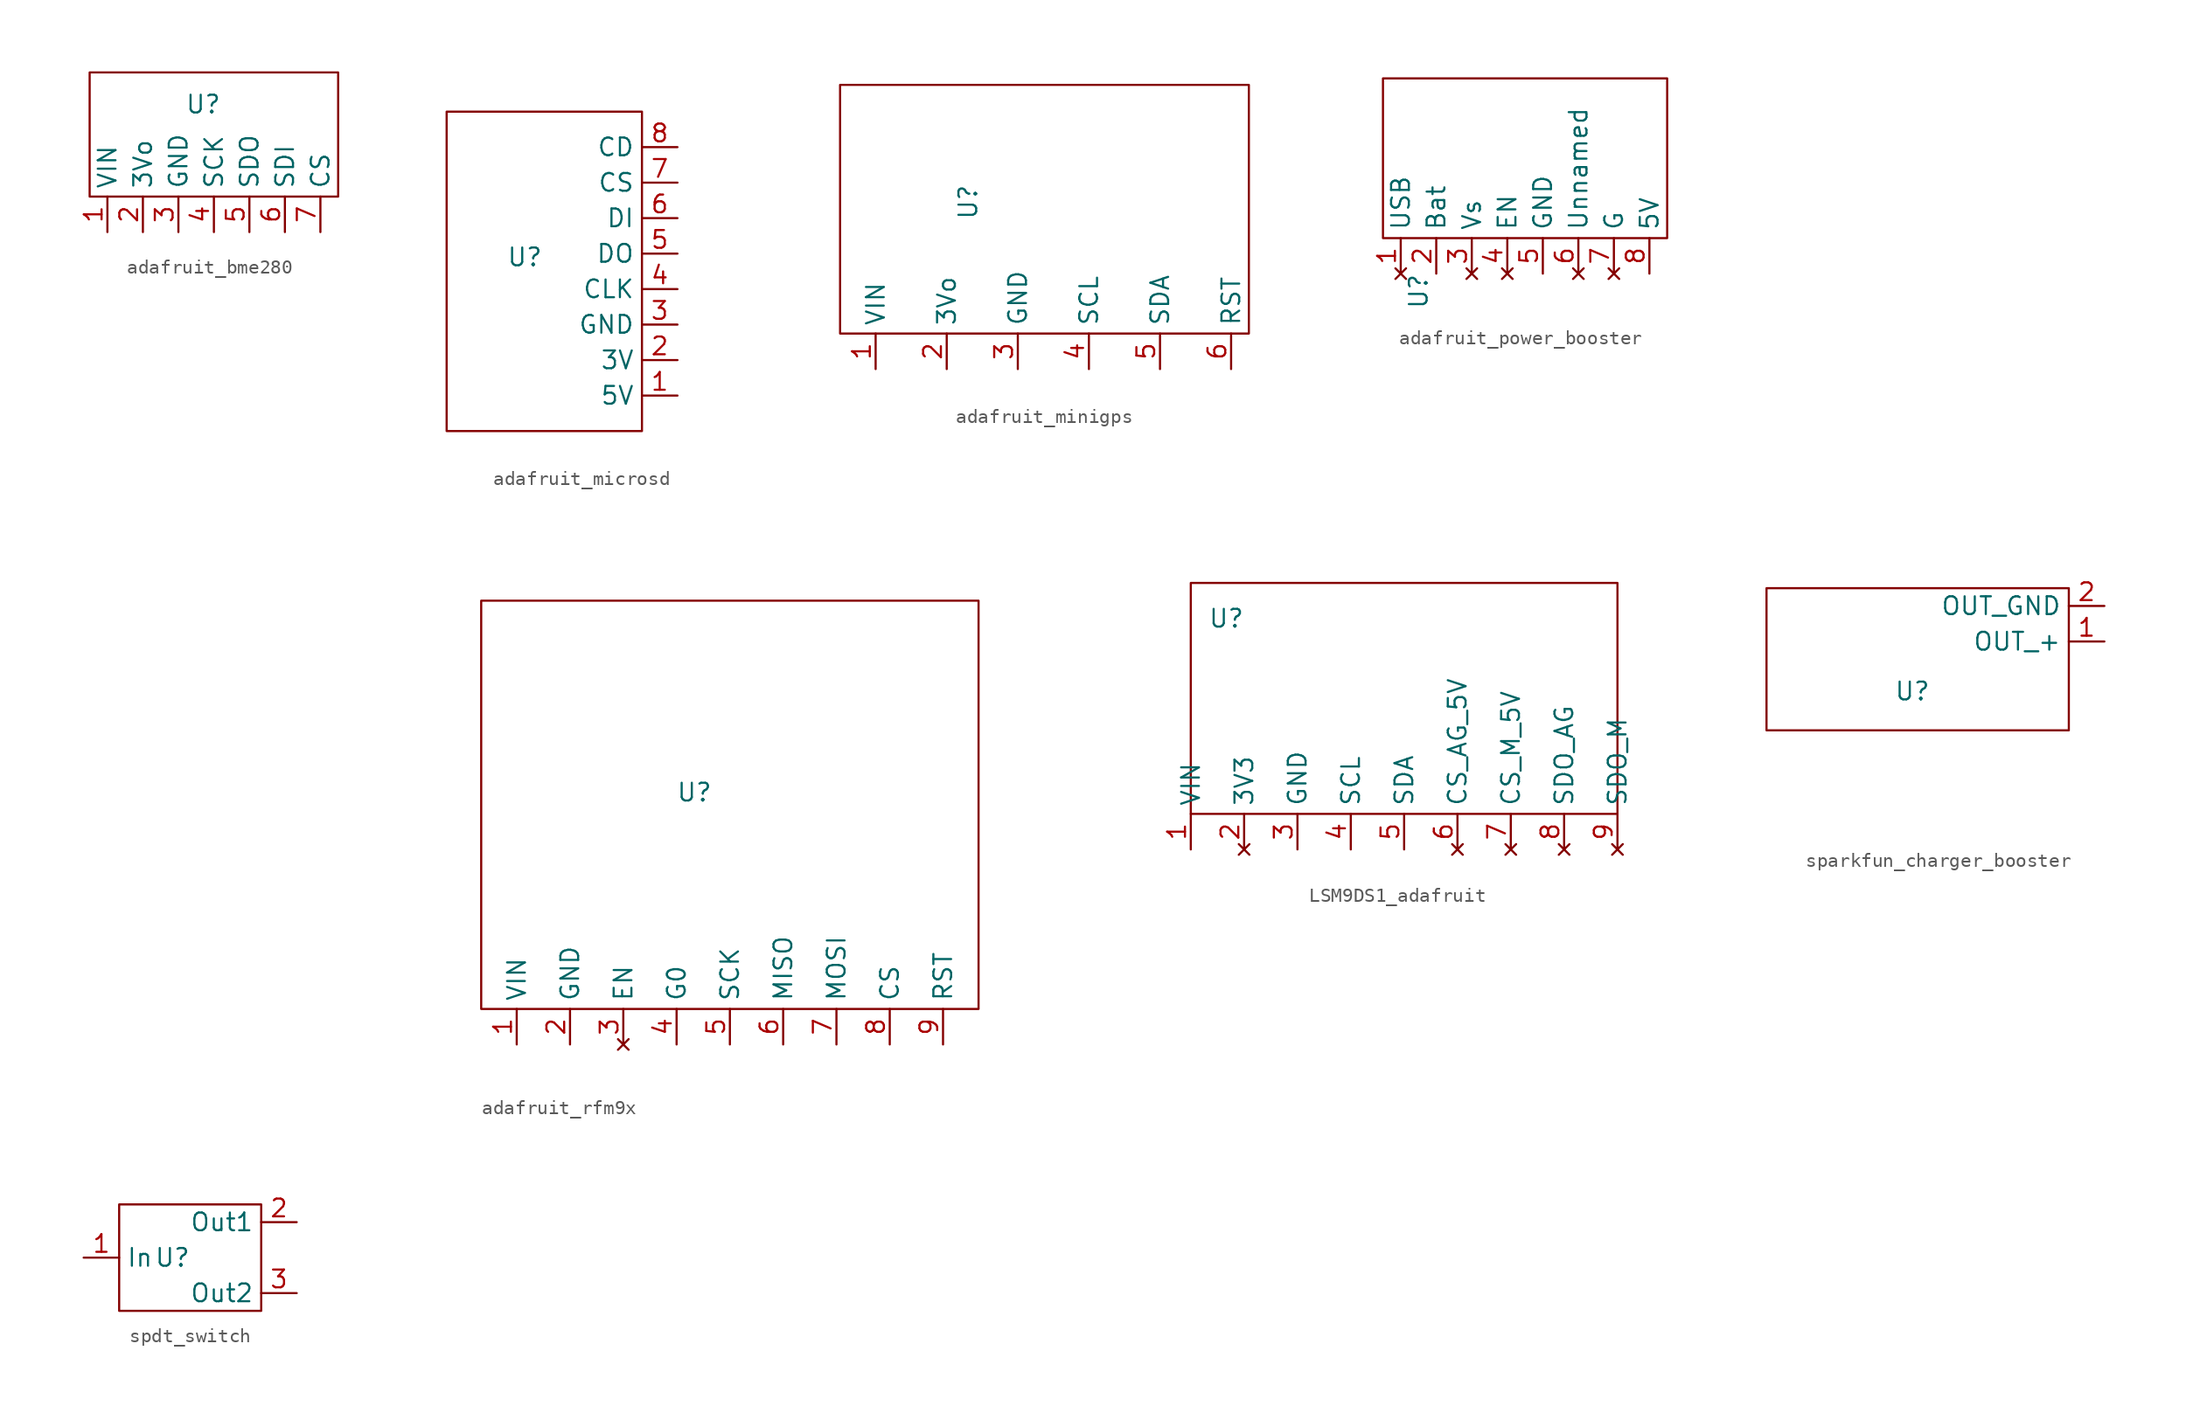
<source format=kicad_sym>
(kicad_symbol_lib
  (version 20241209)
  (generator "kicad_symbol_editor")
  (generator_version "9.0")
  (symbol "adafruit_bme280"
    (property "Reference" "U"
      (at 9.398 6.604 0)
      (effects (font (size 1.27 1.27))))
    (property "Value" ""
      (at 2.54 -2.54 90)
      (effects (font (size 1.27 1.27))))
    (symbol "adafruit_bme280_0_1"
      (rectangle (start 1.27 8.89) (end 19.05 0) (stroke (width 0) (type default)) (fill (type none))))
    (symbol "adafruit_bme280_1_1"
      (pin power_in line (at 2.54 -2.54 90) (length 2.54) (name "VIN" (effects (font (size 1.27 1.27)))) (number "1" (effects (font (size 1.27 1.27)))))
      (pin power_out line (at 5.08 -2.54 90) (length 2.54) (name "3Vo" (effects (font (size 1.27 1.27)))) (number "2" (effects (font (size 1.27 1.27)))))
      (pin power_in line (at 7.62 -2.54 90) (length 2.54) (name "GND" (effects (font (size 1.27 1.27)))) (number "3" (effects (font (size 1.27 1.27)))))
      (pin input line (at 10.16 -2.54 90) (length 2.54) (name "SCK" (effects (font (size 1.27 1.27)))) (number "4" (effects (font (size 1.27 1.27)))))
      (pin output line (at 12.7 -2.54 90) (length 2.54) (name "SDO" (effects (font (size 1.27 1.27)))) (number "5" (effects (font (size 1.27 1.27)))))
      (pin input line (at 15.24 -2.54 90) (length 2.54) (name "SDI" (effects (font (size 1.27 1.27)))) (number "6" (effects (font (size 1.27 1.27)))))
      (pin input line (at 17.78 -2.54 90) (length 2.54) (name "CS" (effects (font (size 1.27 1.27)))) (number "7" (effects (font (size 1.27 1.27)))))))
  (symbol "adafruit_microsd"
    (property "Reference" "U"
      (at -3.302 11.176 0)
      (effects (font (size 1.27 1.27))))
    (property "Value" ""
      (at 10.16 22.86 0)
      (effects (font (size 1.27 1.27))))
    (symbol "adafruit_microsd_0_1"
      (rectangle (start -8.89 21.59) (end 5.08 -1.27) (stroke (width 0) (type default)) (fill (type none))))
    (symbol "adafruit_microsd_1_1"
      (pin bidirectional line (at 7.62 19.05 180) (length 2.54) (name "CD" (effects (font (size 1.27 1.27)))) (number "8" (effects (font (size 1.27 1.27)))))
      (pin input line (at 7.62 16.51 180) (length 2.54) (name "CS" (effects (font (size 1.27 1.27)))) (number "7" (effects (font (size 1.27 1.27)))))
      (pin input line (at 7.62 13.97 180) (length 2.54) (name "DI" (effects (font (size 1.27 1.27)))) (number "6" (effects (font (size 1.27 1.27)))))
      (pin tri_state line (at 7.62 11.43 180) (length 2.54) (name "DO" (effects (font (size 1.27 1.27)))) (number "5" (effects (font (size 1.27 1.27)))))
      (pin input line (at 7.62 8.89 180) (length 2.54) (name "CLK" (effects (font (size 1.27 1.27)))) (number "4" (effects (font (size 1.27 1.27)))))
      (pin power_in line (at 7.62 6.35 180) (length 2.54) (name "GND" (effects (font (size 1.27 1.27)))) (number "3" (effects (font (size 1.27 1.27)))))
      (pin power_in line (at 7.62 3.81 180) (length 2.54) (name "3V" (effects (font (size 1.27 1.27)))) (number "2" (effects (font (size 1.27 1.27)))))
      (pin power_in line (at 7.62 1.27 180) (length 2.54) (name "5V" (effects (font (size 1.27 1.27)))) (number "1" (effects (font (size 1.27 1.27)))))))
  (symbol "adafruit_minigps"
    (property "Reference" "U"
      (at 6.604 1.778 90)
      (effects (font (size 1.27 1.27))))
    (property "Value" ""
      (at 1.27 -8.89 90)
      (effects (font (size 1.27 1.27))))
    (symbol "adafruit_minigps_0_1"
      (rectangle (start -2.54 10.16) (end 26.67 -7.62) (stroke (width 0) (type default)) (fill (type none))))
    (symbol "adafruit_minigps_1_1"
      (pin power_in line (at 0 -10.16 90) (length 2.54) (name "VIN" (effects (font (size 1.27 1.27)))) (number "1" (effects (font (size 1.27 1.27)))))
      (pin power_out line (at 5.08 -10.16 90) (length 2.54) (name "3Vo" (effects (font (size 1.27 1.27)))) (number "2" (effects (font (size 1.27 1.27)))))
      (pin power_in line (at 10.16 -10.16 90) (length 2.54) (name "GND" (effects (font (size 1.27 1.27)))) (number "3" (effects (font (size 1.27 1.27)))))
      (pin input line (at 15.24 -10.16 90) (length 2.54) (name "SCL" (effects (font (size 1.27 1.27)))) (number "4" (effects (font (size 1.27 1.27)))))
      (pin bidirectional line (at 20.32 -10.16 90) (length 2.54) (name "SDA" (effects (font (size 1.27 1.27)))) (number "5" (effects (font (size 1.27 1.27)))))
      (pin bidirectional line (at 25.4 -10.16 90) (length 2.54) (name "RST" (effects (font (size 1.27 1.27)))) (number "6" (effects (font (size 1.27 1.27)))))))
  (symbol "adafruit_power_booster"
    (property "Reference" "U"
      (at -5.08 -8.89 90)
      (effects (font (size 1.27 1.27))))
    (property "Value" ""
      (at -5.08 -8.89 90)
      (effects (font (size 1.27 1.27))))
    (symbol "adafruit_power_booster_0_1"
      (rectangle (start -7.62 6.35) (end 12.7 -5.08) (stroke (width 0) (type default)) (fill (type none))))
    (symbol "adafruit_power_booster_1_1"
      (pin no_connect line (at -6.35 -7.62 90) (length 2.54) (name "USB" (effects (font (size 1.27 1.27)))) (number "1" (effects (font (size 1.27 1.27)))))
      (pin power_in line (at -3.81 -7.62 90) (length 2.54) (name "Bat" (effects (font (size 1.27 1.27)))) (number "2" (effects (font (size 1.27 1.27)))))
      (pin no_connect line (at -1.27 -7.62 90) (length 2.54) (name "Vs" (effects (font (size 1.27 1.27)))) (number "3" (effects (font (size 1.27 1.27)))))
      (pin no_connect line (at 1.27 -7.62 90) (length 2.54) (name "EN" (effects (font (size 1.27 1.27)))) (number "4" (effects (font (size 1.27 1.27)))))
      (pin power_in line (at 3.81 -7.62 90) (length 2.54) (name "GND" (effects (font (size 1.27 1.27)))) (number "5" (effects (font (size 1.27 1.27)))))
      (pin no_connect line (at 6.35 -7.62 90) (length 2.54) (name "Unnamed" (effects (font (size 1.27 1.27)))) (number "6" (effects (font (size 1.27 1.27)))))
      (pin no_connect line (at 8.89 -7.62 90) (length 2.54) (name "G" (effects (font (size 1.27 1.27)))) (number "7" (effects (font (size 1.27 1.27)))))
      (pin power_out line (at 11.43 -7.62 90) (length 2.54) (name "5V" (effects (font (size 1.27 1.27)))) (number "8" (effects (font (size 1.27 1.27)))))))
  (symbol "adafruit_rfm9x"
    (property "Reference" "U"
      (at 30.48 -17.526 0)
      (effects (font (size 1.27 1.27))))
    (property "Value" ""
      (at -8.89 -7.62 90)
      (effects (font (size 1.27 1.27))))
    (symbol "adafruit_rfm9x_0_1"
      (rectangle (start 15.24 -3.81) (end 50.8 -33.02) (stroke (width 0) (type default)) (fill (type none))))
    (symbol "adafruit_rfm9x_1_1"
      (pin power_in line (at 17.78 -35.56 90) (length 2.54) (name "VIN" (effects (font (size 1.27 1.27)))) (number "1" (effects (font (size 1.27 1.27)))))
      (pin power_in line (at 21.59 -35.56 90) (length 2.54) (name "GND" (effects (font (size 1.27 1.27)))) (number "2" (effects (font (size 1.27 1.27)))))
      (pin no_connect line (at 25.4 -35.56 90) (length 2.54) (name "EN" (effects (font (size 1.27 1.27)))) (number "3" (effects (font (size 1.27 1.27)))))
      (pin bidirectional line (at 29.21 -35.56 90) (length 2.54) (name "G0" (effects (font (size 1.27 1.27)))) (number "4" (effects (font (size 1.27 1.27)))))
      (pin input line (at 33.02 -35.56 90) (length 2.54) (name "SCK" (effects (font (size 1.27 1.27)))) (number "5" (effects (font (size 1.27 1.27)))))
      (pin tri_state line (at 36.83 -35.56 90) (length 2.54) (name "MISO" (effects (font (size 1.27 1.27)))) (number "6" (effects (font (size 1.27 1.27)))))
      (pin input line (at 40.64 -35.56 90) (length 2.54) (name "MOSI" (effects (font (size 1.27 1.27)))) (number "7" (effects (font (size 1.27 1.27)))))
      (pin input line (at 44.45 -35.56 90) (length 2.54) (name "CS" (effects (font (size 1.27 1.27)))) (number "8" (effects (font (size 1.27 1.27)))))
      (pin input line (at 48.26 -35.56 90) (length 2.54) (name "RST" (effects (font (size 1.27 1.27)))) (number "9" (effects (font (size 1.27 1.27)))))))
  (symbol "LSM9DS1_adafruit"
    (property "Reference" "U"
      (at 2.54 16.51 0)
      (effects (font (size 1.27 1.27))))
    (property "Value" ""
      (at 0 0 0)
      (effects (font (size 1.27 1.27))))
    (symbol "LSM9DS1_adafruit_0_1"
      (rectangle (start 0 19.05) (end 30.48 2.54) (stroke (width 0) (type default)) (fill (type none))))
    (symbol "LSM9DS1_adafruit_1_1"
      (pin power_in line (at 0 0 90) (length 2.54) (name "VIN" (effects (font (size 1.27 1.27)))) (number "1" (effects (font (size 1.27 1.27)))))
      (pin no_connect line (at 3.81 0 90) (length 2.54) (name "3V3" (effects (font (size 1.27 1.27)))) (number "2" (effects (font (size 1.27 1.27)))))
      (pin power_in line (at 7.62 0 90) (length 2.54) (name "GND" (effects (font (size 1.27 1.27)))) (number "3" (effects (font (size 1.27 1.27)))))
      (pin input line (at 11.43 0 90) (length 2.54) (name "SCL" (effects (font (size 1.27 1.27)))) (number "4" (effects (font (size 1.27 1.27)))))
      (pin bidirectional line (at 15.24 0 90) (length 2.54) (name "SDA" (effects (font (size 1.27 1.27)))) (number "5" (effects (font (size 1.27 1.27)))))
      (pin no_connect line (at 19.05 0 90) (length 2.54) (name "CS_AG_5V" (effects (font (size 1.27 1.27)))) (number "6" (effects (font (size 1.27 1.27)))))
      (pin no_connect line (at 22.86 0 90) (length 2.54) (name "CS_M_5V" (effects (font (size 1.27 1.27)))) (number "7" (effects (font (size 1.27 1.27)))))
      (pin no_connect line (at 26.67 0 90) (length 2.54) (name "SDO_AG" (effects (font (size 1.27 1.27)))) (number "8" (effects (font (size 1.27 1.27)))))
      (pin no_connect line (at 30.48 0 90) (length 2.54) (name "SDO_M" (effects (font (size 1.27 1.27)))) (number "9" (effects (font (size 1.27 1.27)))))))
  (symbol "sparkfun_charger_booster"
    (property "Reference" "U"
      (at 10.414 2.794 0)
      (effects (font (size 1.27 1.27))))
    (property "Value" ""
      (at 10.16 -6.35 90)
      (effects (font (size 1.27 1.27))))
    (symbol "sparkfun_charger_booster_0_1"
      (rectangle (start 0 10.16) (end 21.59 0) (stroke (width 0) (type default)) (fill (type none))))
    (symbol "sparkfun_charger_booster_1_1"
      (pin power_out line (at 24.13 8.89 180) (length 2.54) (name "OUT_GND" (effects (font (size 1.27 1.27)))) (number "2" (effects (font (size 1.27 1.27)))))
      (pin power_out line (at 24.13 6.35 180) (length 2.54) (name "OUT_+" (effects (font (size 1.27 1.27)))) (number "1" (effects (font (size 1.27 1.27)))))))
  (symbol "spdt_switch"
    (property "Reference" "U"
      (at 0 0 0)
      (effects (font (size 1.27 1.27))))
    (property "Value" ""
      (at 0 0 0)
      (effects (font (size 1.27 1.27))))
    (symbol "spdt_switch_0_1"
      (rectangle (start -3.81 3.81) (end 6.35 -3.81) (stroke (width 0) (type default)) (fill (type none))))
    (symbol "spdt_switch_1_1"
      (pin bidirectional line (at -6.35 0 0) (length 2.54) (name "In" (effects (font (size 1.27 1.27)))) (number "1" (effects (font (size 1.27 1.27)))))
      (pin bidirectional line (at 8.89 2.54 180) (length 2.54) (name "Out1" (effects (font (size 1.27 1.27)))) (number "2" (effects (font (size 1.27 1.27)))))
      (pin bidirectional line (at 8.89 -2.54 180) (length 2.54) (name "Out2" (effects (font (size 1.27 1.27)))) (number "3" (effects (font (size 1.27 1.27))))))))
</source>
